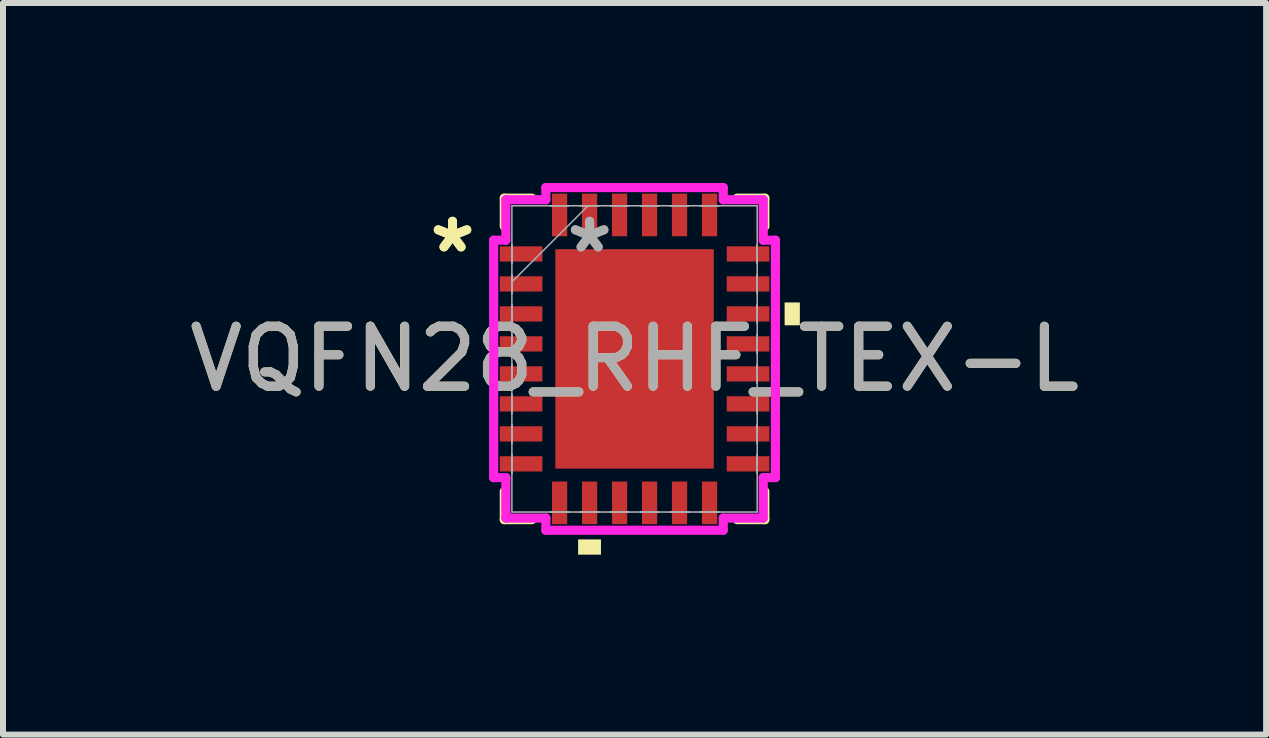
<source format=kicad_pcb>
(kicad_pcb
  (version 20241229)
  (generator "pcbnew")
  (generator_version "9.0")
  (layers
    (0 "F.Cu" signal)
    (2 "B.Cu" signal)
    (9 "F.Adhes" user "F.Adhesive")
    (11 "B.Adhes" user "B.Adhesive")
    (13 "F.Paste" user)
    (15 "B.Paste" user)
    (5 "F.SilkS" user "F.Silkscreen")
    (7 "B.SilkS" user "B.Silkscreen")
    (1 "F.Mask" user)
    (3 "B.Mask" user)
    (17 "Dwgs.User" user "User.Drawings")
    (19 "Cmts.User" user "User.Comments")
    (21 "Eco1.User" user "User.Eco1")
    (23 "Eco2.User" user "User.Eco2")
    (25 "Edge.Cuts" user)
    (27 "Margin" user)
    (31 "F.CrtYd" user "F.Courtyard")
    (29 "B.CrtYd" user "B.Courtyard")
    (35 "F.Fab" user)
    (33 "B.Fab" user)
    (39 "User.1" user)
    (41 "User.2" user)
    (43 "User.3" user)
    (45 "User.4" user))
  (footprint "VQFN28_RHF_TEX-L"
    (layer "F.Cu")
    (at 7.53 2.934)
    (property "Reference" "VQFN28_RHF_TEX-L" (at 0 0 0) (unlocked yes) (layer "F.SilkS") (effects (font (size 1 1) (thickness 0.15))))
    (attr smd)
    (fp_line (start -2.172 -2.68) (end -2.172 -2.21) (stroke (width 0.152) (type solid)) (layer "F.SilkS"))
    (fp_line (start -2.172 2.21) (end -2.172 2.68) (stroke (width 0.152) (type solid)) (layer "F.SilkS"))
    (fp_line (start -2.172 2.68) (end -1.71 2.68) (stroke (width 0.152) (type solid)) (layer "F.SilkS"))
    (fp_line (start -1.71 -2.68) (end -2.172 -2.68) (stroke (width 0.152) (type solid)) (layer "F.SilkS"))
    (fp_line (start 1.71 2.68) (end 2.172 2.68) (stroke (width 0.152) (type solid)) (layer "F.SilkS"))
    (fp_line (start 2.172 -2.68) (end 1.71 -2.68) (stroke (width 0.152) (type solid)) (layer "F.SilkS"))
    (fp_line (start 2.172 -2.21) (end 2.172 -2.68) (stroke (width 0.152) (type solid)) (layer "F.SilkS"))
    (fp_line (start 2.172 2.68) (end 2.172 2.21) (stroke (width 0.152) (type solid)) (layer "F.SilkS"))
    (fp_poly (pts (xy -0.941 3.01) (xy -0.941 3.264) (xy -0.56 3.264) (xy -0.56 3.01)) (stroke (width 0) (type solid)) (fill yes) (layer "F.SilkS"))
    (fp_poly (pts (xy 2.756 -0.941) (xy 2.756 -0.56) (xy 2.502 -0.56) (xy 2.502 -0.941)) (stroke (width 0) (type solid)) (fill yes) (layer "F.SilkS"))
    (fp_line (start -2.349 -1.979) (end -2.146 -1.979) (stroke (width 0.152) (type solid)) (layer "F.CrtYd"))
    (fp_line (start -2.349 1.979) (end -2.349 -1.979) (stroke (width 0.152) (type solid)) (layer "F.CrtYd"))
    (fp_line (start -2.146 -2.654) (end -1.479 -2.654) (stroke (width 0.152) (type solid)) (layer "F.CrtYd"))
    (fp_line (start -2.146 -1.979) (end -2.146 -2.654) (stroke (width 0.152) (type solid)) (layer "F.CrtYd"))
    (fp_line (start -2.146 1.979) (end -2.349 1.979) (stroke (width 0.152) (type solid)) (layer "F.CrtYd"))
    (fp_line (start -2.146 2.654) (end -2.146 1.979) (stroke (width 0.152) (type solid)) (layer "F.CrtYd"))
    (fp_line (start -1.479 -2.857) (end 1.479 -2.857) (stroke (width 0.152) (type solid)) (layer "F.CrtYd"))
    (fp_line (start -1.479 -2.654) (end -1.479 -2.857) (stroke (width 0.152) (type solid)) (layer "F.CrtYd"))
    (fp_line (start -1.479 2.654) (end -2.146 2.654) (stroke (width 0.152) (type solid)) (layer "F.CrtYd"))
    (fp_line (start -1.479 2.857) (end -1.479 2.654) (stroke (width 0.152) (type solid)) (layer "F.CrtYd"))
    (fp_line (start 1.479 -2.857) (end 1.479 -2.654) (stroke (width 0.152) (type solid)) (layer "F.CrtYd"))
    (fp_line (start 1.479 -2.654) (end 2.146 -2.654) (stroke (width 0.152) (type solid)) (layer "F.CrtYd"))
    (fp_line (start 1.479 2.654) (end 1.479 2.857) (stroke (width 0.152) (type solid)) (layer "F.CrtYd"))
    (fp_line (start 1.479 2.857) (end -1.479 2.857) (stroke (width 0.152) (type solid)) (layer "F.CrtYd"))
    (fp_line (start 2.146 -2.654) (end 2.146 -1.979) (stroke (width 0.152) (type solid)) (layer "F.CrtYd"))
    (fp_line (start 2.146 -1.979) (end 2.349 -1.979) (stroke (width 0.152) (type solid)) (layer "F.CrtYd"))
    (fp_line (start 2.146 1.979) (end 2.146 2.654) (stroke (width 0.152) (type solid)) (layer "F.CrtYd"))
    (fp_line (start 2.146 2.654) (end 1.479 2.654) (stroke (width 0.152) (type solid)) (layer "F.CrtYd"))
    (fp_line (start 2.349 -1.979) (end 2.349 1.979) (stroke (width 0.152) (type solid)) (layer "F.CrtYd"))
    (fp_line (start 2.349 1.979) (end 2.146 1.979) (stroke (width 0.152) (type solid)) (layer "F.CrtYd"))
    (fp_line (start -2.045 -2.553) (end -2.045 2.553) (stroke (width 0.025) (type solid)) (layer "F.Fab"))
    (fp_line (start -2.045 -1.903) (end -2.045 -1.903) (stroke (width 0.025) (type solid)) (layer "F.Fab"))
    (fp_line (start -2.045 -1.903) (end -2.045 -1.598) (stroke (width 0.025) (type solid)) (layer "F.Fab"))
    (fp_line (start -2.045 -1.598) (end -2.045 -1.903) (stroke (width 0.025) (type solid)) (layer "F.Fab"))
    (fp_line (start -2.045 -1.598) (end -2.045 -1.598) (stroke (width 0.025) (type solid)) (layer "F.Fab"))
    (fp_line (start -2.045 -1.403) (end -2.045 -1.403) (stroke (width 0.025) (type solid)) (layer "F.Fab"))
    (fp_line (start -2.045 -1.403) (end -2.045 -1.098) (stroke (width 0.025) (type solid)) (layer "F.Fab"))
    (fp_line (start -2.045 -1.283) (end -0.775 -2.553) (stroke (width 0.025) (type solid)) (layer "F.Fab"))
    (fp_line (start -2.045 -1.098) (end -2.045 -1.403) (stroke (width 0.025) (type solid)) (layer "F.Fab"))
    (fp_line (start -2.045 -1.098) (end -2.045 -1.098) (stroke (width 0.025) (type solid)) (layer "F.Fab"))
    (fp_line (start -2.045 -0.903) (end -2.045 -0.903) (stroke (width 0.025) (type solid)) (layer "F.Fab"))
    (fp_line (start -2.045 -0.903) (end -2.045 -0.598) (stroke (width 0.025) (type solid)) (layer "F.Fab"))
    (fp_line (start -2.045 -0.598) (end -2.045 -0.903) (stroke (width 0.025) (type solid)) (layer "F.Fab"))
    (fp_line (start -2.045 -0.598) (end -2.045 -0.598) (stroke (width 0.025) (type solid)) (layer "F.Fab"))
    (fp_line (start -2.045 -0.402) (end -2.045 -0.402) (stroke (width 0.025) (type solid)) (layer "F.Fab"))
    (fp_line (start -2.045 -0.402) (end -2.045 -0.098) (stroke (width 0.025) (type solid)) (layer "F.Fab"))
    (fp_line (start -2.045 -0.098) (end -2.045 -0.402) (stroke (width 0.025) (type solid)) (layer "F.Fab"))
    (fp_line (start -2.045 -0.098) (end -2.045 -0.098) (stroke (width 0.025) (type solid)) (layer "F.Fab"))
    (fp_line (start -2.045 0.098) (end -2.045 0.098) (stroke (width 0.025) (type solid)) (layer "F.Fab"))
    (fp_line (start -2.045 0.098) (end -2.045 0.402) (stroke (width 0.025) (type solid)) (layer "F.Fab"))
    (fp_line (start -2.045 0.402) (end -2.045 0.098) (stroke (width 0.025) (type solid)) (layer "F.Fab"))
    (fp_line (start -2.045 0.402) (end -2.045 0.402) (stroke (width 0.025) (type solid)) (layer "F.Fab"))
    (fp_line (start -2.045 0.598) (end -2.045 0.598) (stroke (width 0.025) (type solid)) (layer "F.Fab"))
    (fp_line (start -2.045 0.598) (end -2.045 0.903) (stroke (width 0.025) (type solid)) (layer "F.Fab"))
    (fp_line (start -2.045 0.903) (end -2.045 0.598) (stroke (width 0.025) (type solid)) (layer "F.Fab"))
    (fp_line (start -2.045 0.903) (end -2.045 0.903) (stroke (width 0.025) (type solid)) (layer "F.Fab"))
    (fp_line (start -2.045 1.098) (end -2.045 1.098) (stroke (width 0.025) (type solid)) (layer "F.Fab"))
    (fp_line (start -2.045 1.098) (end -2.045 1.403) (stroke (width 0.025) (type solid)) (layer "F.Fab"))
    (fp_line (start -2.045 1.403) (end -2.045 1.098) (stroke (width 0.025) (type solid)) (layer "F.Fab"))
    (fp_line (start -2.045 1.403) (end -2.045 1.403) (stroke (width 0.025) (type solid)) (layer "F.Fab"))
    (fp_line (start -2.045 1.598) (end -2.045 1.598) (stroke (width 0.025) (type solid)) (layer "F.Fab"))
    (fp_line (start -2.045 1.598) (end -2.045 1.903) (stroke (width 0.025) (type solid)) (layer "F.Fab"))
    (fp_line (start -2.045 1.903) (end -2.045 1.598) (stroke (width 0.025) (type solid)) (layer "F.Fab"))
    (fp_line (start -2.045 1.903) (end -2.045 1.903) (stroke (width 0.025) (type solid)) (layer "F.Fab"))
    (fp_line (start -2.045 2.553) (end 2.045 2.553) (stroke (width 0.025) (type solid)) (layer "F.Fab"))
    (fp_line (start -1.403 -2.553) (end -1.403 -2.553) (stroke (width 0.025) (type solid)) (layer "F.Fab"))
    (fp_line (start -1.403 -2.553) (end -1.098 -2.553) (stroke (width 0.025) (type solid)) (layer "F.Fab"))
    (fp_line (start -1.403 2.553) (end -1.403 2.553) (stroke (width 0.025) (type solid)) (layer "F.Fab"))
    (fp_line (start -1.403 2.553) (end -1.098 2.553) (stroke (width 0.025) (type solid)) (layer "F.Fab"))
    (fp_line (start -1.098 -2.553) (end -1.403 -2.553) (stroke (width 0.025) (type solid)) (layer "F.Fab"))
    (fp_line (start -1.098 -2.553) (end -1.098 -2.553) (stroke (width 0.025) (type solid)) (layer "F.Fab"))
    (fp_line (start -1.098 2.553) (end -1.403 2.553) (stroke (width 0.025) (type solid)) (layer "F.Fab"))
    (fp_line (start -1.098 2.553) (end -1.098 2.553) (stroke (width 0.025) (type solid)) (layer "F.Fab"))
    (fp_line (start -0.903 -2.553) (end -0.903 -2.553) (stroke (width 0.025) (type solid)) (layer "F.Fab"))
    (fp_line (start -0.903 -2.553) (end -0.598 -2.553) (stroke (width 0.025) (type solid)) (layer "F.Fab"))
    (fp_line (start -0.903 2.553) (end -0.903 2.553) (stroke (width 0.025) (type solid)) (layer "F.Fab"))
    (fp_line (start -0.903 2.553) (end -0.598 2.553) (stroke (width 0.025) (type solid)) (layer "F.Fab"))
    (fp_line (start -0.598 -2.553) (end -0.903 -2.553) (stroke (width 0.025) (type solid)) (layer "F.Fab"))
    (fp_line (start -0.598 -2.553) (end -0.598 -2.553) (stroke (width 0.025) (type solid)) (layer "F.Fab"))
    (fp_line (start -0.598 2.553) (end -0.903 2.553) (stroke (width 0.025) (type solid)) (layer "F.Fab"))
    (fp_line (start -0.598 2.553) (end -0.598 2.553) (stroke (width 0.025) (type solid)) (layer "F.Fab"))
    (fp_line (start -0.402 -2.553) (end -0.402 -2.553) (stroke (width 0.025) (type solid)) (layer "F.Fab"))
    (fp_line (start -0.402 -2.553) (end -0.098 -2.553) (stroke (width 0.025) (type solid)) (layer "F.Fab"))
    (fp_line (start -0.402 2.553) (end -0.402 2.553) (stroke (width 0.025) (type solid)) (layer "F.Fab"))
    (fp_line (start -0.402 2.553) (end -0.098 2.553) (stroke (width 0.025) (type solid)) (layer "F.Fab"))
    (fp_line (start -0.098 -2.553) (end -0.402 -2.553) (stroke (width 0.025) (type solid)) (layer "F.Fab"))
    (fp_line (start -0.098 -2.553) (end -0.098 -2.553) (stroke (width 0.025) (type solid)) (layer "F.Fab"))
    (fp_line (start -0.098 2.553) (end -0.402 2.553) (stroke (width 0.025) (type solid)) (layer "F.Fab"))
    (fp_line (start -0.098 2.553) (end -0.098 2.553) (stroke (width 0.025) (type solid)) (layer "F.Fab"))
    (fp_line (start 0.098 -2.553) (end 0.098 -2.553) (stroke (width 0.025) (type solid)) (layer "F.Fab"))
    (fp_line (start 0.098 -2.553) (end 0.402 -2.553) (stroke (width 0.025) (type solid)) (layer "F.Fab"))
    (fp_line (start 0.098 2.553) (end 0.098 2.553) (stroke (width 0.025) (type solid)) (layer "F.Fab"))
    (fp_line (start 0.098 2.553) (end 0.402 2.553) (stroke (width 0.025) (type solid)) (layer "F.Fab"))
    (fp_line (start 0.402 -2.553) (end 0.098 -2.553) (stroke (width 0.025) (type solid)) (layer "F.Fab"))
    (fp_line (start 0.402 -2.553) (end 0.402 -2.553) (stroke (width 0.025) (type solid)) (layer "F.Fab"))
    (fp_line (start 0.402 2.553) (end 0.098 2.553) (stroke (width 0.025) (type solid)) (layer "F.Fab"))
    (fp_line (start 0.402 2.553) (end 0.402 2.553) (stroke (width 0.025) (type solid)) (layer "F.Fab"))
    (fp_line (start 0.598 -2.553) (end 0.598 -2.553) (stroke (width 0.025) (type solid)) (layer "F.Fab"))
    (fp_line (start 0.598 -2.553) (end 0.903 -2.553) (stroke (width 0.025) (type solid)) (layer "F.Fab"))
    (fp_line (start 0.598 2.553) (end 0.598 2.553) (stroke (width 0.025) (type solid)) (layer "F.Fab"))
    (fp_line (start 0.598 2.553) (end 0.903 2.553) (stroke (width 0.025) (type solid)) (layer "F.Fab"))
    (fp_line (start 0.903 -2.553) (end 0.598 -2.553) (stroke (width 0.025) (type solid)) (layer "F.Fab"))
    (fp_line (start 0.903 -2.553) (end 0.903 -2.553) (stroke (width 0.025) (type solid)) (layer "F.Fab"))
    (fp_line (start 0.903 2.553) (end 0.598 2.553) (stroke (width 0.025) (type solid)) (layer "F.Fab"))
    (fp_line (start 0.903 2.553) (end 0.903 2.553) (stroke (width 0.025) (type solid)) (layer "F.Fab"))
    (fp_line (start 1.098 -2.553) (end 1.098 -2.553) (stroke (width 0.025) (type solid)) (layer "F.Fab"))
    (fp_line (start 1.098 -2.553) (end 1.403 -2.553) (stroke (width 0.025) (type solid)) (layer "F.Fab"))
    (fp_line (start 1.098 2.553) (end 1.098 2.553) (stroke (width 0.025) (type solid)) (layer "F.Fab"))
    (fp_line (start 1.098 2.553) (end 1.403 2.553) (stroke (width 0.025) (type solid)) (layer "F.Fab"))
    (fp_line (start 1.403 -2.553) (end 1.098 -2.553) (stroke (width 0.025) (type solid)) (layer "F.Fab"))
    (fp_line (start 1.403 -2.553) (end 1.403 -2.553) (stroke (width 0.025) (type solid)) (layer "F.Fab"))
    (fp_line (start 1.403 2.553) (end 1.098 2.553) (stroke (width 0.025) (type solid)) (layer "F.Fab"))
    (fp_line (start 1.403 2.553) (end 1.403 2.553) (stroke (width 0.025) (type solid)) (layer "F.Fab"))
    (fp_line (start 2.045 -2.553) (end -2.045 -2.553) (stroke (width 0.025) (type solid)) (layer "F.Fab"))
    (fp_line (start 2.045 -1.903) (end 2.045 -1.903) (stroke (width 0.025) (type solid)) (layer "F.Fab"))
    (fp_line (start 2.045 -1.903) (end 2.045 -1.598) (stroke (width 0.025) (type solid)) (layer "F.Fab"))
    (fp_line (start 2.045 -1.598) (end 2.045 -1.903) (stroke (width 0.025) (type solid)) (layer "F.Fab"))
    (fp_line (start 2.045 -1.598) (end 2.045 -1.598) (stroke (width 0.025) (type solid)) (layer "F.Fab"))
    (fp_line (start 2.045 -1.403) (end 2.045 -1.403) (stroke (width 0.025) (type solid)) (layer "F.Fab"))
    (fp_line (start 2.045 -1.403) (end 2.045 -1.098) (stroke (width 0.025) (type solid)) (layer "F.Fab"))
    (fp_line (start 2.045 -1.098) (end 2.045 -1.403) (stroke (width 0.025) (type solid)) (layer "F.Fab"))
    (fp_line (start 2.045 -1.098) (end 2.045 -1.098) (stroke (width 0.025) (type solid)) (layer "F.Fab"))
    (fp_line (start 2.045 -0.903) (end 2.045 -0.903) (stroke (width 0.025) (type solid)) (layer "F.Fab"))
    (fp_line (start 2.045 -0.903) (end 2.045 -0.598) (stroke (width 0.025) (type solid)) (layer "F.Fab"))
    (fp_line (start 2.045 -0.598) (end 2.045 -0.903) (stroke (width 0.025) (type solid)) (layer "F.Fab"))
    (fp_line (start 2.045 -0.598) (end 2.045 -0.598) (stroke (width 0.025) (type solid)) (layer "F.Fab"))
    (fp_line (start 2.045 -0.402) (end 2.045 -0.402) (stroke (width 0.025) (type solid)) (layer "F.Fab"))
    (fp_line (start 2.045 -0.402) (end 2.045 -0.098) (stroke (width 0.025) (type solid)) (layer "F.Fab"))
    (fp_line (start 2.045 -0.098) (end 2.045 -0.402) (stroke (width 0.025) (type solid)) (layer "F.Fab"))
    (fp_line (start 2.045 -0.098) (end 2.045 -0.098) (stroke (width 0.025) (type solid)) (layer "F.Fab"))
    (fp_line (start 2.045 0.098) (end 2.045 0.098) (stroke (width 0.025) (type solid)) (layer "F.Fab"))
    (fp_line (start 2.045 0.098) (end 2.045 0.402) (stroke (width 0.025) (type solid)) (layer "F.Fab"))
    (fp_line (start 2.045 0.402) (end 2.045 0.098) (stroke (width 0.025) (type solid)) (layer "F.Fab"))
    (fp_line (start 2.045 0.402) (end 2.045 0.402) (stroke (width 0.025) (type solid)) (layer "F.Fab"))
    (fp_line (start 2.045 0.598) (end 2.045 0.598) (stroke (width 0.025) (type solid)) (layer "F.Fab"))
    (fp_line (start 2.045 0.598) (end 2.045 0.903) (stroke (width 0.025) (type solid)) (layer "F.Fab"))
    (fp_line (start 2.045 0.903) (end 2.045 0.598) (stroke (width 0.025) (type solid)) (layer "F.Fab"))
    (fp_line (start 2.045 0.903) (end 2.045 0.903) (stroke (width 0.025) (type solid)) (layer "F.Fab"))
    (fp_line (start 2.045 1.098) (end 2.045 1.098) (stroke (width 0.025) (type solid)) (layer "F.Fab"))
    (fp_line (start 2.045 1.098) (end 2.045 1.403) (stroke (width 0.025) (type solid)) (layer "F.Fab"))
    (fp_line (start 2.045 1.403) (end 2.045 1.098) (stroke (width 0.025) (type solid)) (layer "F.Fab"))
    (fp_line (start 2.045 1.403) (end 2.045 1.403) (stroke (width 0.025) (type solid)) (layer "F.Fab"))
    (fp_line (start 2.045 1.598) (end 2.045 1.598) (stroke (width 0.025) (type solid)) (layer "F.Fab"))
    (fp_line (start 2.045 1.598) (end 2.045 1.903) (stroke (width 0.025) (type solid)) (layer "F.Fab"))
    (fp_line (start 2.045 1.903) (end 2.045 1.598) (stroke (width 0.025) (type solid)) (layer "F.Fab"))
    (fp_line (start 2.045 1.903) (end 2.045 1.903) (stroke (width 0.025) (type solid)) (layer "F.Fab"))
    (fp_line (start 2.045 2.553) (end 2.045 -2.553) (stroke (width 0.025) (type solid)) (layer "F.Fab"))
    (fp_text user "*" (at -3.035 -1.75 0) (unlocked yes) (layer "F.SilkS") (effects (font (size 1 1) (thickness 0.15))))
    (fp_text user "*" (at -3.035 -1.75 0) (layer "F.SilkS") (effects (font (size 1 1) (thickness 0.15))))
    (fp_text user "*" (at -0.749 -1.75 0) (unlocked yes) (layer "F.Fab") (effects (font (size 1 1) (thickness 0.15))))
    (fp_text user "${REFERENCE}" (at 0 0 0) (unlocked yes) (layer "F.Fab") (effects (font (size 1 1) (thickness 0.15))))
    (fp_text user "*" (at -0.749 -1.75 0) (layer "F.Fab") (effects (font (size 1 1) (thickness 0.15))))
    (pad "1" smd rect (at -1.892 -1.75 90) (size 0.254 0.711) (layers "F.Cu" "F.Mask" "F.Paste"))
    (pad "2" smd rect (at -1.892 -1.25 90) (size 0.254 0.711) (layers "F.Cu" "F.Mask" "F.Paste"))
    (pad "3" smd rect (at -1.892 -0.75 90) (size 0.254 0.711) (layers "F.Cu" "F.Mask" "F.Paste"))
    (pad "4" smd rect (at -1.892 -0.25 90) (size 0.254 0.711) (layers "F.Cu" "F.Mask" "F.Paste"))
    (pad "5" smd rect (at -1.892 0.25 90) (size 0.254 0.711) (layers "F.Cu" "F.Mask" "F.Paste"))
    (pad "6" smd rect (at -1.892 0.75 90) (size 0.254 0.711) (layers "F.Cu" "F.Mask" "F.Paste"))
    (pad "7" smd rect (at -1.892 1.25 90) (size 0.254 0.711) (layers "F.Cu" "F.Mask" "F.Paste"))
    (pad "8" smd rect (at -1.892 1.75 90) (size 0.254 0.711) (layers "F.Cu" "F.Mask" "F.Paste"))
    (pad "9" smd rect (at -1.25 2.4) (size 0.254 0.711) (layers "F.Cu" "F.Mask" "F.Paste"))
    (pad "10" smd rect (at -0.75 2.4) (size 0.254 0.711) (layers "F.Cu" "F.Mask" "F.Paste"))
    (pad "11" smd rect (at -0.25 2.4) (size 0.254 0.711) (layers "F.Cu" "F.Mask" "F.Paste"))
    (pad "12" smd rect (at 0.25 2.4) (size 0.254 0.711) (layers "F.Cu" "F.Mask" "F.Paste"))
    (pad "13" smd rect (at 0.75 2.4) (size 0.254 0.711) (layers "F.Cu" "F.Mask" "F.Paste"))
    (pad "14" smd rect (at 1.25 2.4) (size 0.254 0.711) (layers "F.Cu" "F.Mask" "F.Paste"))
    (pad "15" smd rect (at 1.892 1.75 90) (size 0.254 0.711) (layers "F.Cu" "F.Mask" "F.Paste"))
    (pad "16" smd rect (at 1.892 1.25 90) (size 0.254 0.711) (layers "F.Cu" "F.Mask" "F.Paste"))
    (pad "17" smd rect (at 1.892 0.75 90) (size 0.254 0.711) (layers "F.Cu" "F.Mask" "F.Paste"))
    (pad "18" smd rect (at 1.892 0.25 90) (size 0.254 0.711) (layers "F.Cu" "F.Mask" "F.Paste"))
    (pad "19" smd rect (at 1.892 -0.25 90) (size 0.254 0.711) (layers "F.Cu" "F.Mask" "F.Paste"))
    (pad "20" smd rect (at 1.892 -0.75 90) (size 0.254 0.711) (layers "F.Cu" "F.Mask" "F.Paste"))
    (pad "21" smd rect (at 1.892 -1.25 90) (size 0.254 0.711) (layers "F.Cu" "F.Mask" "F.Paste"))
    (pad "22" smd rect (at 1.892 -1.75 90) (size 0.254 0.711) (layers "F.Cu" "F.Mask" "F.Paste"))
    (pad "23" smd rect (at 1.25 -2.4) (size 0.254 0.711) (layers "F.Cu" "F.Mask" "F.Paste"))
    (pad "24" smd rect (at 0.75 -2.4) (size 0.254 0.711) (layers "F.Cu" "F.Mask" "F.Paste"))
    (pad "25" smd rect (at 0.25 -2.4) (size 0.254 0.711) (layers "F.Cu" "F.Mask" "F.Paste"))
    (pad "26" smd rect (at -0.25 -2.4) (size 0.254 0.711) (layers "F.Cu" "F.Mask" "F.Paste"))
    (pad "27" smd rect (at -0.75 -2.4) (size 0.254 0.711) (layers "F.Cu" "F.Mask" "F.Paste"))
    (pad "28" smd rect (at -1.25 -2.4) (size 0.254 0.711) (layers "F.Cu" "F.Mask" "F.Paste"))
    (pad "29" smd rect (at 0 0) (size 2.642 3.658) (layers "F.Cu" "F.Mask" "F.Paste")))
  (gr_rect
    (start -3 -3)
    (end 18.06 9.198)
    (stroke (width 0.1) (type default))
    (fill no)
    (layer "Edge.Cuts")))
</source>
